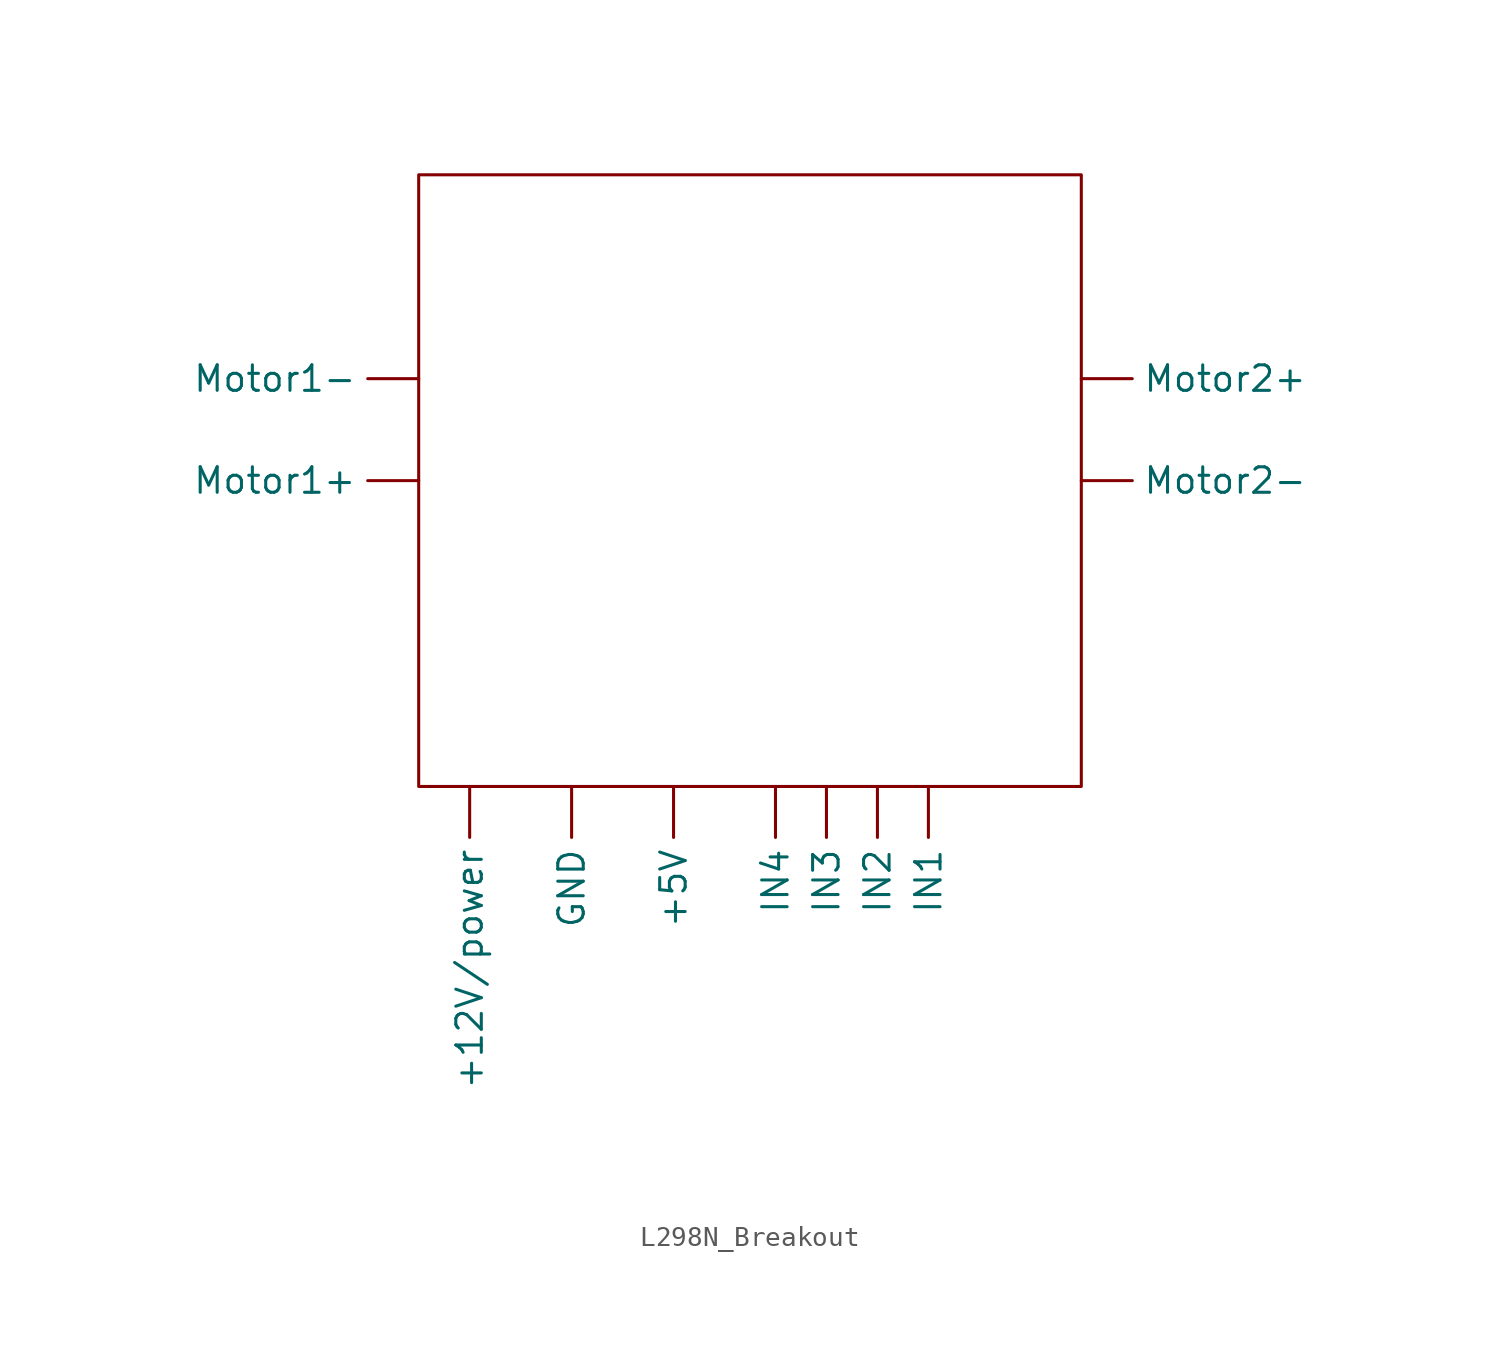
<source format=kicad_sym>
(kicad_symbol_lib
  (version 20241209)
  (generator "kicad_symbol_editor")
  (generator_version "9.0")
  (symbol "L298N_Breakout"
    (property "Reference" "U"
      (at -27.94 -8.89 90)
      (effects (font (size 1.27 1.27)) (hide yes)))
    (property "Value" ""
      (at 0 0 0)
      (effects (font (size 1.27 1.27))))
    (symbol "L298N_Breakout_1_1"
      (rectangle (start -15.24 46.99) (end 17.78 16.51) (stroke (width 0) (type default)) (fill (type none)))
      (pin output line (at -15.24 36.83 180) (length 2.54) (name "Motor1-" (effects (font (size 1.27 1.27)))) (number "" (effects (font (size 1.27 1.27)))))
      (pin output line (at -15.24 31.75 180) (length 2.54) (name "Motor1+" (effects (font (size 1.27 1.27)))) (number "" (effects (font (size 1.27 1.27)))))
      (pin input line (at -12.7 16.51 270) (length 2.54) (name "+12V/power" (effects (font (size 1.27 1.27)))) (number "" (effects (font (size 1.27 1.27)))))
      (pin input line (at -7.62 16.51 270) (length 2.54) (name "GND" (effects (font (size 1.27 1.27)))) (number "" (effects (font (size 1.27 1.27)))))
      (pin input line (at -2.54 16.51 270) (length 2.54) (name "+5V" (effects (font (size 1.27 1.27)))) (number "" (effects (font (size 1.27 1.27)))))
      (pin input line (at 2.54 16.51 270) (length 2.54) (name "IN4" (effects (font (size 1.27 1.27)))) (number "" (effects (font (size 1.27 1.27)))))
      (pin input line (at 5.08 16.51 270) (length 2.54) (name "IN3" (effects (font (size 1.27 1.27)))) (number "" (effects (font (size 1.27 1.27)))))
      (pin input line (at 7.62 16.51 270) (length 2.54) (name "IN2" (effects (font (size 1.27 1.27)))) (number "" (effects (font (size 1.27 1.27)))))
      (pin input line (at 10.16 16.51 270) (length 2.54) (name "IN1" (effects (font (size 1.27 1.27)))) (number "" (effects (font (size 1.27 1.27)))))
      (pin output line (at 17.78 36.83 0) (length 2.54) (name "Motor2+" (effects (font (size 1.27 1.27)))) (number "" (effects (font (size 1.27 1.27)))))
      (pin output line (at 17.78 31.75 0) (length 2.54) (name "Motor2-" (effects (font (size 1.27 1.27)))) (number "" (effects (font (size 1.27 1.27))))))))
</source>
